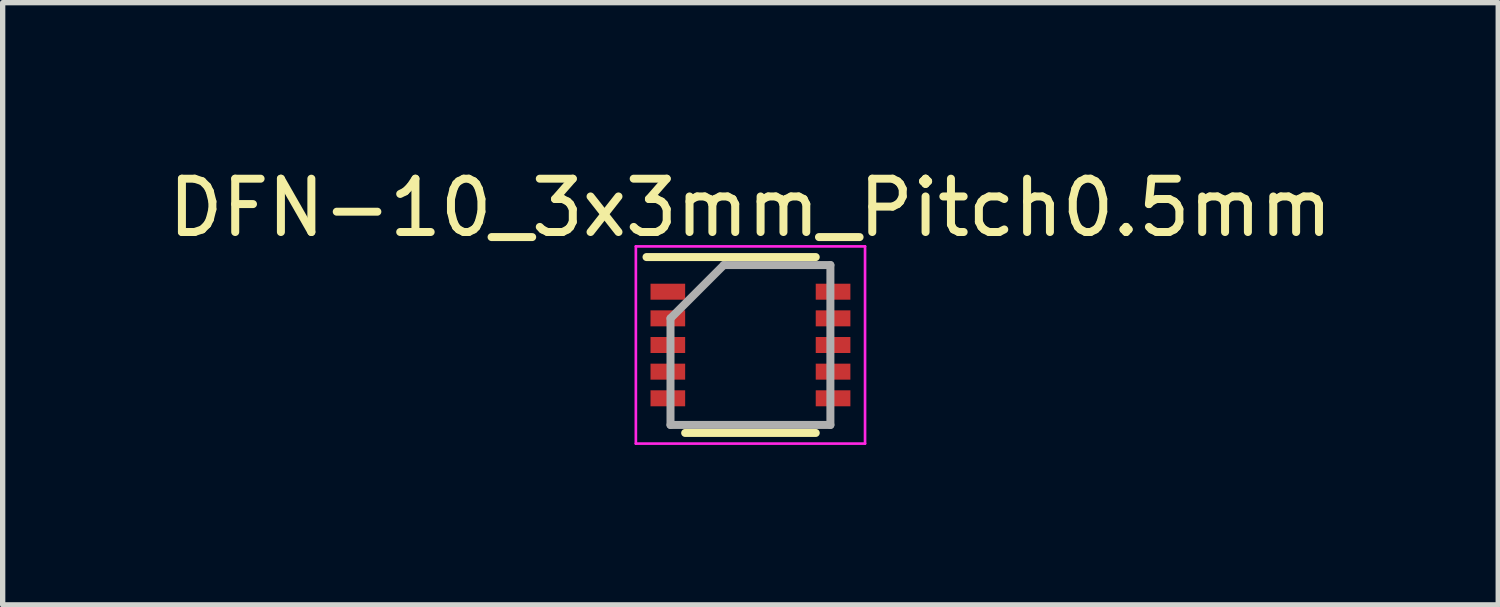
<source format=kicad_pcb>
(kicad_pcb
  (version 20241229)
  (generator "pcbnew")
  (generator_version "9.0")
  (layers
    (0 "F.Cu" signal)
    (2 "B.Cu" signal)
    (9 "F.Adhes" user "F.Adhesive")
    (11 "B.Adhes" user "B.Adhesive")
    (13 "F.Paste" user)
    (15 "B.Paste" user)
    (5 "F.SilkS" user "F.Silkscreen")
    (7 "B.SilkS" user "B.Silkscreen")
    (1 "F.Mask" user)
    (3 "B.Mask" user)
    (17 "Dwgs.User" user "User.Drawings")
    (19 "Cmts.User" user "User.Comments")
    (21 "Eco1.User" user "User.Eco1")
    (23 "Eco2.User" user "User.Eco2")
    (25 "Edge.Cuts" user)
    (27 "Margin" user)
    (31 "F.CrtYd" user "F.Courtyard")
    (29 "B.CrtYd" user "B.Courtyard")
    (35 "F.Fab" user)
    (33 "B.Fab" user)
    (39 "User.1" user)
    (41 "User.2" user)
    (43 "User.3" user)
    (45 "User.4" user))
  (footprint "DFN-10_3x3mm_Pitch0.5mm"
    (layer "F.Cu")
    (at 11.03 3.423)
    (property "Reference" "DFN-10_3x3mm_Pitch0.5mm" (at 0 -2.575 0) (layer "F.SilkS") (effects (font (size 1 1) (thickness 0.15))))
    (attr smd)
    (fp_line (start -1.95 -1.65) (end 1.225 -1.65) (stroke (width 0.15) (type solid)) (layer "F.SilkS"))
    (fp_line (start -1.225 1.65) (end 1.225 1.65) (stroke (width 0.15) (type solid)) (layer "F.SilkS"))
    (fp_line (start -2.15 -1.85) (end -2.15 1.85) (stroke (width 0.05) (type solid)) (layer "F.CrtYd"))
    (fp_line (start -2.15 -1.85) (end 2.15 -1.85) (stroke (width 0.05) (type solid)) (layer "F.CrtYd"))
    (fp_line (start -2.15 1.85) (end 2.15 1.85) (stroke (width 0.05) (type solid)) (layer "F.CrtYd"))
    (fp_line (start 2.15 -1.85) (end 2.15 1.85) (stroke (width 0.05) (type solid)) (layer "F.CrtYd"))
    (fp_line (start -1.5 -0.5) (end -0.5 -1.5) (stroke (width 0.15) (type solid)) (layer "F.Fab"))
    (fp_line (start -1.5 1.5) (end -1.5 -0.5) (stroke (width 0.15) (type solid)) (layer "F.Fab"))
    (fp_line (start -0.5 -1.5) (end 1.5 -1.5) (stroke (width 0.15) (type solid)) (layer "F.Fab"))
    (fp_line (start 1.5 -1.5) (end 1.5 1.5) (stroke (width 0.15) (type solid)) (layer "F.Fab"))
    (fp_line (start 1.5 1.5) (end -1.5 1.5) (stroke (width 0.15) (type solid)) (layer "F.Fab"))
    (pad "1" smd rect (at -1.55 -1) (size 0.65 0.3) (layers "F.Cu" "F.Mask" "F.Paste"))
    (pad "2" smd rect (at -1.55 -0.5) (size 0.65 0.3) (layers "F.Cu" "F.Mask" "F.Paste"))
    (pad "3" smd rect (at -1.55 0) (size 0.65 0.3) (layers "F.Cu" "F.Mask" "F.Paste"))
    (pad "4" smd rect (at -1.55 0.5) (size 0.65 0.3) (layers "F.Cu" "F.Mask" "F.Paste"))
    (pad "5" smd rect (at -1.55 1) (size 0.65 0.3) (layers "F.Cu" "F.Mask" "F.Paste"))
    (pad "6" smd rect (at 1.55 1) (size 0.65 0.3) (layers "F.Cu" "F.Mask" "F.Paste"))
    (pad "7" smd rect (at 1.55 0.5) (size 0.65 0.3) (layers "F.Cu" "F.Mask" "F.Paste"))
    (pad "8" smd rect (at 1.55 0) (size 0.65 0.3) (layers "F.Cu" "F.Mask" "F.Paste"))
    (pad "9" smd rect (at 1.55 -0.5) (size 0.65 0.3) (layers "F.Cu" "F.Mask" "F.Paste"))
    (pad "10" smd rect (at 1.55 -1) (size 0.65 0.3) (layers "F.Cu" "F.Mask" "F.Paste")))
  (gr_rect
    (start -3 -3)
    (end 25.06 8.298)
    (stroke (width 0.1) (type default))
    (fill no)
    (layer "Edge.Cuts")))
</source>
